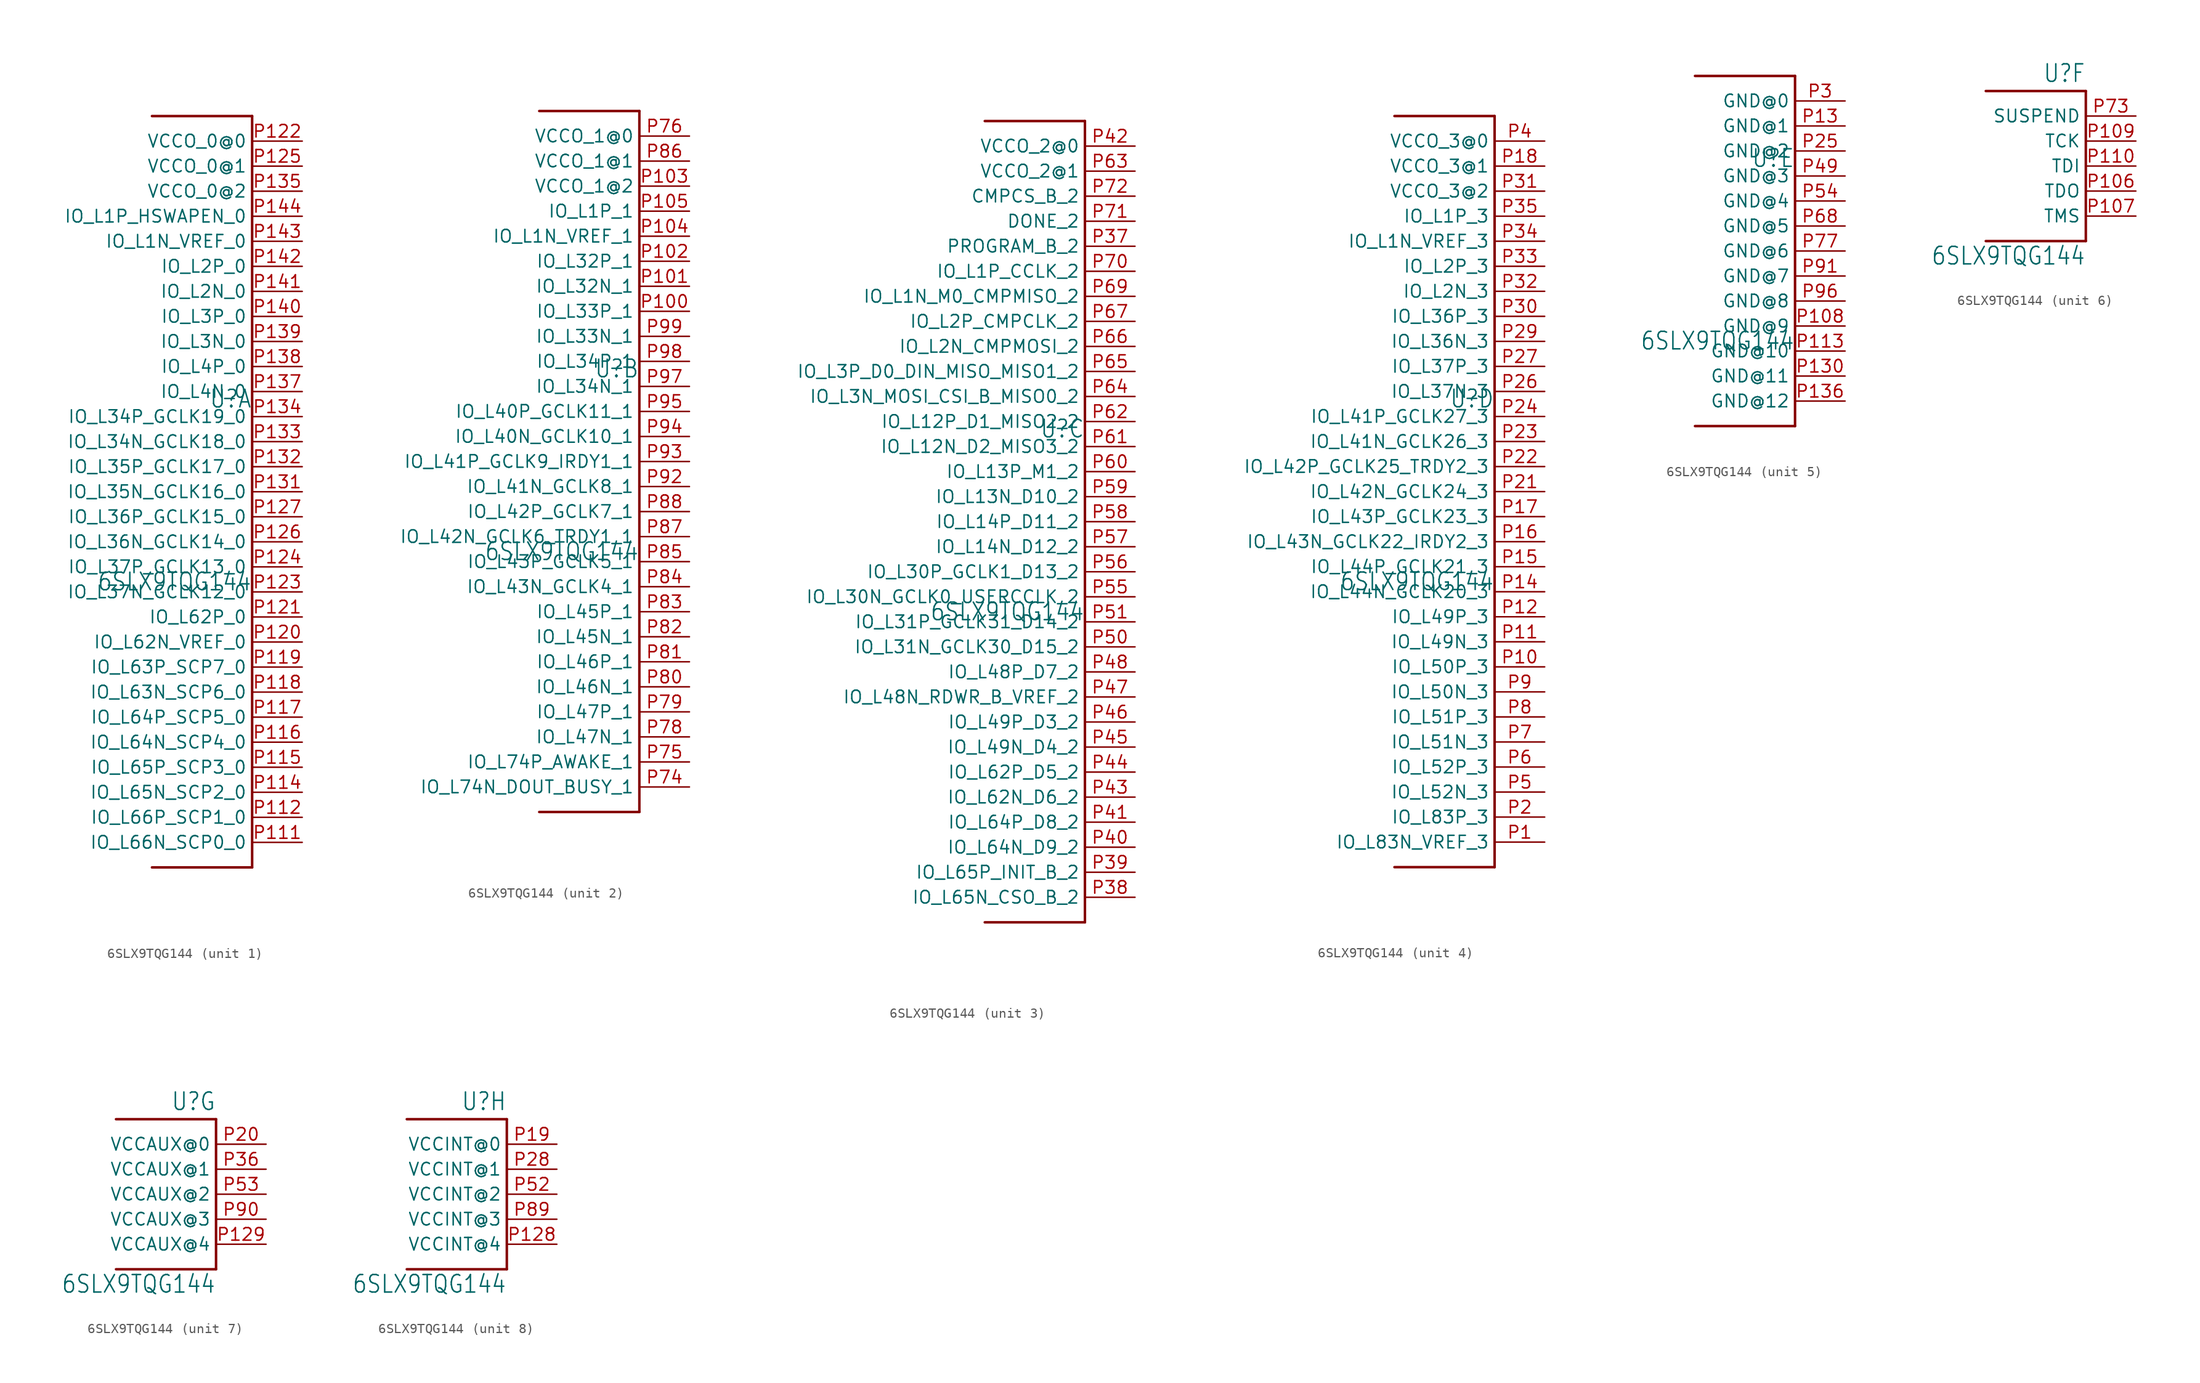
<source format=kicad_sym>
(kicad_symbol_lib
  (version 20211014)
  (generator kicad_symbol_editor)
  (symbol "6SLX9TQG144"
    (property "Reference" "U"
      (at 0 8.382 0)
      (effects (font (size 1.778 1.511)) (justify right bottom)))
    (property "Value" "6SLX9TQG144"
      (at 0 -10.16 0)
      (effects (font (size 1.778 1.511)) (justify right bottom)))
    (property "ki_locked" ""
      (at 0 0 0)
      (effects (font (size 1.27 1.27))))
    (symbol "6SLX9TQG144_1_0"
      (polyline (pts (xy -10.16 38.1) (xy 0 38.1)) (stroke (width 0.254) (type default) (color 0 0 0 0)) (fill (type none)))
      (polyline (pts (xy 0 -38.1) (xy -10.16 -38.1)) (stroke (width 0.254) (type default) (color 0 0 0 0)) (fill (type none)))
      (polyline (pts (xy 0 38.1) (xy 0 -38.1)) (stroke (width 0.254) (type default) (color 0 0 0 0)) (fill (type none)))
      (pin bidirectional line (at 5.08 -35.56 180) (length 5.08) (name "IO_L66N_SCP0_0" (effects (font (size 1.27 1.27)))) (number "P111" (effects (font (size 1.27 1.27)))))
      (pin bidirectional line (at 5.08 -33.02 180) (length 5.08) (name "IO_L66P_SCP1_0" (effects (font (size 1.27 1.27)))) (number "P112" (effects (font (size 1.27 1.27)))))
      (pin bidirectional line (at 5.08 -30.48 180) (length 5.08) (name "IO_L65N_SCP2_0" (effects (font (size 1.27 1.27)))) (number "P114" (effects (font (size 1.27 1.27)))))
      (pin bidirectional line (at 5.08 -27.94 180) (length 5.08) (name "IO_L65P_SCP3_0" (effects (font (size 1.27 1.27)))) (number "P115" (effects (font (size 1.27 1.27)))))
      (pin bidirectional line (at 5.08 -25.4 180) (length 5.08) (name "IO_L64N_SCP4_0" (effects (font (size 1.27 1.27)))) (number "P116" (effects (font (size 1.27 1.27)))))
      (pin bidirectional line (at 5.08 -22.86 180) (length 5.08) (name "IO_L64P_SCP5_0" (effects (font (size 1.27 1.27)))) (number "P117" (effects (font (size 1.27 1.27)))))
      (pin bidirectional line (at 5.08 -20.32 180) (length 5.08) (name "IO_L63N_SCP6_0" (effects (font (size 1.27 1.27)))) (number "P118" (effects (font (size 1.27 1.27)))))
      (pin bidirectional line (at 5.08 -17.78 180) (length 5.08) (name "IO_L63P_SCP7_0" (effects (font (size 1.27 1.27)))) (number "P119" (effects (font (size 1.27 1.27)))))
      (pin bidirectional line (at 5.08 -15.24 180) (length 5.08) (name "IO_L62N_VREF_0" (effects (font (size 1.27 1.27)))) (number "P120" (effects (font (size 1.27 1.27)))))
      (pin bidirectional line (at 5.08 -12.7 180) (length 5.08) (name "IO_L62P_0" (effects (font (size 1.27 1.27)))) (number "P121" (effects (font (size 1.27 1.27)))))
      (pin input line (at 5.08 35.56 180) (length 5.08) (name "VCCO_0@0" (effects (font (size 1.27 1.27)))) (number "P122" (effects (font (size 1.27 1.27)))))
      (pin bidirectional line (at 5.08 -10.16 180) (length 5.08) (name "IO_L37N_GCLK12_0" (effects (font (size 1.27 1.27)))) (number "P123" (effects (font (size 1.27 1.27)))))
      (pin bidirectional line (at 5.08 -7.62 180) (length 5.08) (name "IO_L37P_GCLK13_0" (effects (font (size 1.27 1.27)))) (number "P124" (effects (font (size 1.27 1.27)))))
      (pin input line (at 5.08 33.02 180) (length 5.08) (name "VCCO_0@1" (effects (font (size 1.27 1.27)))) (number "P125" (effects (font (size 1.27 1.27)))))
      (pin bidirectional line (at 5.08 -5.08 180) (length 5.08) (name "IO_L36N_GCLK14_0" (effects (font (size 1.27 1.27)))) (number "P126" (effects (font (size 1.27 1.27)))))
      (pin bidirectional line (at 5.08 -2.54 180) (length 5.08) (name "IO_L36P_GCLK15_0" (effects (font (size 1.27 1.27)))) (number "P127" (effects (font (size 1.27 1.27)))))
      (pin bidirectional line (at 5.08 0 180) (length 5.08) (name "IO_L35N_GCLK16_0" (effects (font (size 1.27 1.27)))) (number "P131" (effects (font (size 1.27 1.27)))))
      (pin bidirectional line (at 5.08 2.54 180) (length 5.08) (name "IO_L35P_GCLK17_0" (effects (font (size 1.27 1.27)))) (number "P132" (effects (font (size 1.27 1.27)))))
      (pin bidirectional line (at 5.08 5.08 180) (length 5.08) (name "IO_L34N_GCLK18_0" (effects (font (size 1.27 1.27)))) (number "P133" (effects (font (size 1.27 1.27)))))
      (pin bidirectional line (at 5.08 7.62 180) (length 5.08) (name "IO_L34P_GCLK19_0" (effects (font (size 1.27 1.27)))) (number "P134" (effects (font (size 1.27 1.27)))))
      (pin input line (at 5.08 30.48 180) (length 5.08) (name "VCCO_0@2" (effects (font (size 1.27 1.27)))) (number "P135" (effects (font (size 1.27 1.27)))))
      (pin bidirectional line (at 5.08 10.16 180) (length 5.08) (name "IO_L4N_0" (effects (font (size 1.27 1.27)))) (number "P137" (effects (font (size 1.27 1.27)))))
      (pin bidirectional line (at 5.08 12.7 180) (length 5.08) (name "IO_L4P_0" (effects (font (size 1.27 1.27)))) (number "P138" (effects (font (size 1.27 1.27)))))
      (pin bidirectional line (at 5.08 15.24 180) (length 5.08) (name "IO_L3N_0" (effects (font (size 1.27 1.27)))) (number "P139" (effects (font (size 1.27 1.27)))))
      (pin bidirectional line (at 5.08 17.78 180) (length 5.08) (name "IO_L3P_0" (effects (font (size 1.27 1.27)))) (number "P140" (effects (font (size 1.27 1.27)))))
      (pin bidirectional line (at 5.08 20.32 180) (length 5.08) (name "IO_L2N_0" (effects (font (size 1.27 1.27)))) (number "P141" (effects (font (size 1.27 1.27)))))
      (pin bidirectional line (at 5.08 22.86 180) (length 5.08) (name "IO_L2P_0" (effects (font (size 1.27 1.27)))) (number "P142" (effects (font (size 1.27 1.27)))))
      (pin bidirectional line (at 5.08 25.4 180) (length 5.08) (name "IO_L1N_VREF_0" (effects (font (size 1.27 1.27)))) (number "P143" (effects (font (size 1.27 1.27)))))
      (pin bidirectional line (at 5.08 27.94 180) (length 5.08) (name "IO_L1P_HSWAPEN_0" (effects (font (size 1.27 1.27)))) (number "P144" (effects (font (size 1.27 1.27))))))
    (symbol "6SLX9TQG144_2_0"
      (polyline (pts (xy -10.16 35.56) (xy 0 35.56)) (stroke (width 0.254) (type default) (color 0 0 0 0)) (fill (type none)))
      (polyline (pts (xy 0 -35.56) (xy -10.16 -35.56)) (stroke (width 0.254) (type default) (color 0 0 0 0)) (fill (type none)))
      (polyline (pts (xy 0 35.56) (xy 0 -35.56)) (stroke (width 0.254) (type default) (color 0 0 0 0)) (fill (type none)))
      (pin bidirectional line (at 5.08 15.24 180) (length 5.08) (name "IO_L33P_1" (effects (font (size 1.27 1.27)))) (number "P100" (effects (font (size 1.27 1.27)))))
      (pin bidirectional line (at 5.08 17.78 180) (length 5.08) (name "IO_L32N_1" (effects (font (size 1.27 1.27)))) (number "P101" (effects (font (size 1.27 1.27)))))
      (pin bidirectional line (at 5.08 20.32 180) (length 5.08) (name "IO_L32P_1" (effects (font (size 1.27 1.27)))) (number "P102" (effects (font (size 1.27 1.27)))))
      (pin input line (at 5.08 27.94 180) (length 5.08) (name "VCCO_1@2" (effects (font (size 1.27 1.27)))) (number "P103" (effects (font (size 1.27 1.27)))))
      (pin bidirectional line (at 5.08 22.86 180) (length 5.08) (name "IO_L1N_VREF_1" (effects (font (size 1.27 1.27)))) (number "P104" (effects (font (size 1.27 1.27)))))
      (pin bidirectional line (at 5.08 25.4 180) (length 5.08) (name "IO_L1P_1" (effects (font (size 1.27 1.27)))) (number "P105" (effects (font (size 1.27 1.27)))))
      (pin bidirectional line (at 5.08 -33.02 180) (length 5.08) (name "IO_L74N_DOUT_BUSY_1" (effects (font (size 1.27 1.27)))) (number "P74" (effects (font (size 1.27 1.27)))))
      (pin bidirectional line (at 5.08 -30.48 180) (length 5.08) (name "IO_L74P_AWAKE_1" (effects (font (size 1.27 1.27)))) (number "P75" (effects (font (size 1.27 1.27)))))
      (pin input line (at 5.08 33.02 180) (length 5.08) (name "VCCO_1@0" (effects (font (size 1.27 1.27)))) (number "P76" (effects (font (size 1.27 1.27)))))
      (pin bidirectional line (at 5.08 -27.94 180) (length 5.08) (name "IO_L47N_1" (effects (font (size 1.27 1.27)))) (number "P78" (effects (font (size 1.27 1.27)))))
      (pin bidirectional line (at 5.08 -25.4 180) (length 5.08) (name "IO_L47P_1" (effects (font (size 1.27 1.27)))) (number "P79" (effects (font (size 1.27 1.27)))))
      (pin bidirectional line (at 5.08 -22.86 180) (length 5.08) (name "IO_L46N_1" (effects (font (size 1.27 1.27)))) (number "P80" (effects (font (size 1.27 1.27)))))
      (pin bidirectional line (at 5.08 -20.32 180) (length 5.08) (name "IO_L46P_1" (effects (font (size 1.27 1.27)))) (number "P81" (effects (font (size 1.27 1.27)))))
      (pin bidirectional line (at 5.08 -17.78 180) (length 5.08) (name "IO_L45N_1" (effects (font (size 1.27 1.27)))) (number "P82" (effects (font (size 1.27 1.27)))))
      (pin bidirectional line (at 5.08 -15.24 180) (length 5.08) (name "IO_L45P_1" (effects (font (size 1.27 1.27)))) (number "P83" (effects (font (size 1.27 1.27)))))
      (pin bidirectional line (at 5.08 -12.7 180) (length 5.08) (name "IO_L43N_GCLK4_1" (effects (font (size 1.27 1.27)))) (number "P84" (effects (font (size 1.27 1.27)))))
      (pin bidirectional line (at 5.08 -10.16 180) (length 5.08) (name "IO_L43P_GCLK5_1" (effects (font (size 1.27 1.27)))) (number "P85" (effects (font (size 1.27 1.27)))))
      (pin input line (at 5.08 30.48 180) (length 5.08) (name "VCCO_1@1" (effects (font (size 1.27 1.27)))) (number "P86" (effects (font (size 1.27 1.27)))))
      (pin bidirectional line (at 5.08 -7.62 180) (length 5.08) (name "IO_L42N_GCLK6_TRDY1_1" (effects (font (size 1.27 1.27)))) (number "P87" (effects (font (size 1.27 1.27)))))
      (pin bidirectional line (at 5.08 -5.08 180) (length 5.08) (name "IO_L42P_GCLK7_1" (effects (font (size 1.27 1.27)))) (number "P88" (effects (font (size 1.27 1.27)))))
      (pin bidirectional line (at 5.08 -2.54 180) (length 5.08) (name "IO_L41N_GCLK8_1" (effects (font (size 1.27 1.27)))) (number "P92" (effects (font (size 1.27 1.27)))))
      (pin bidirectional line (at 5.08 0 180) (length 5.08) (name "IO_L41P_GCLK9_IRDY1_1" (effects (font (size 1.27 1.27)))) (number "P93" (effects (font (size 1.27 1.27)))))
      (pin bidirectional line (at 5.08 2.54 180) (length 5.08) (name "IO_L40N_GCLK10_1" (effects (font (size 1.27 1.27)))) (number "P94" (effects (font (size 1.27 1.27)))))
      (pin bidirectional line (at 5.08 5.08 180) (length 5.08) (name "IO_L40P_GCLK11_1" (effects (font (size 1.27 1.27)))) (number "P95" (effects (font (size 1.27 1.27)))))
      (pin bidirectional line (at 5.08 7.62 180) (length 5.08) (name "IO_L34N_1" (effects (font (size 1.27 1.27)))) (number "P97" (effects (font (size 1.27 1.27)))))
      (pin bidirectional line (at 5.08 10.16 180) (length 5.08) (name "IO_L34P_1" (effects (font (size 1.27 1.27)))) (number "P98" (effects (font (size 1.27 1.27)))))
      (pin bidirectional line (at 5.08 12.7 180) (length 5.08) (name "IO_L33N_1" (effects (font (size 1.27 1.27)))) (number "P99" (effects (font (size 1.27 1.27))))))
    (symbol "6SLX9TQG144_3_0"
      (polyline (pts (xy -10.16 40.64) (xy 0 40.64)) (stroke (width 0.254) (type default) (color 0 0 0 0)) (fill (type none)))
      (polyline (pts (xy 0 -40.64) (xy -10.16 -40.64)) (stroke (width 0.254) (type default) (color 0 0 0 0)) (fill (type none)))
      (polyline (pts (xy 0 40.64) (xy 0 -40.64)) (stroke (width 0.254) (type default) (color 0 0 0 0)) (fill (type none)))
      (pin input line (at 5.08 27.94 180) (length 5.08) (name "PROGRAM_B_2" (effects (font (size 1.27 1.27)))) (number "P37" (effects (font (size 1.27 1.27)))))
      (pin bidirectional line (at 5.08 -38.1 180) (length 5.08) (name "IO_L65N_CSO_B_2" (effects (font (size 1.27 1.27)))) (number "P38" (effects (font (size 1.27 1.27)))))
      (pin bidirectional line (at 5.08 -35.56 180) (length 5.08) (name "IO_L65P_INIT_B_2" (effects (font (size 1.27 1.27)))) (number "P39" (effects (font (size 1.27 1.27)))))
      (pin bidirectional line (at 5.08 -33.02 180) (length 5.08) (name "IO_L64N_D9_2" (effects (font (size 1.27 1.27)))) (number "P40" (effects (font (size 1.27 1.27)))))
      (pin bidirectional line (at 5.08 -30.48 180) (length 5.08) (name "IO_L64P_D8_2" (effects (font (size 1.27 1.27)))) (number "P41" (effects (font (size 1.27 1.27)))))
      (pin input line (at 5.08 38.1 180) (length 5.08) (name "VCCO_2@0" (effects (font (size 1.27 1.27)))) (number "P42" (effects (font (size 1.27 1.27)))))
      (pin bidirectional line (at 5.08 -27.94 180) (length 5.08) (name "IO_L62N_D6_2" (effects (font (size 1.27 1.27)))) (number "P43" (effects (font (size 1.27 1.27)))))
      (pin bidirectional line (at 5.08 -25.4 180) (length 5.08) (name "IO_L62P_D5_2" (effects (font (size 1.27 1.27)))) (number "P44" (effects (font (size 1.27 1.27)))))
      (pin bidirectional line (at 5.08 -22.86 180) (length 5.08) (name "IO_L49N_D4_2" (effects (font (size 1.27 1.27)))) (number "P45" (effects (font (size 1.27 1.27)))))
      (pin bidirectional line (at 5.08 -20.32 180) (length 5.08) (name "IO_L49P_D3_2" (effects (font (size 1.27 1.27)))) (number "P46" (effects (font (size 1.27 1.27)))))
      (pin bidirectional line (at 5.08 -17.78 180) (length 5.08) (name "IO_L48N_RDWR_B_VREF_2" (effects (font (size 1.27 1.27)))) (number "P47" (effects (font (size 1.27 1.27)))))
      (pin bidirectional line (at 5.08 -15.24 180) (length 5.08) (name "IO_L48P_D7_2" (effects (font (size 1.27 1.27)))) (number "P48" (effects (font (size 1.27 1.27)))))
      (pin bidirectional line (at 5.08 -12.7 180) (length 5.08) (name "IO_L31N_GCLK30_D15_2" (effects (font (size 1.27 1.27)))) (number "P50" (effects (font (size 1.27 1.27)))))
      (pin bidirectional line (at 5.08 -10.16 180) (length 5.08) (name "IO_L31P_GCLK31_D14_2" (effects (font (size 1.27 1.27)))) (number "P51" (effects (font (size 1.27 1.27)))))
      (pin bidirectional line (at 5.08 -7.62 180) (length 5.08) (name "IO_L30N_GCLK0_USERCCLK_2" (effects (font (size 1.27 1.27)))) (number "P55" (effects (font (size 1.27 1.27)))))
      (pin bidirectional line (at 5.08 -5.08 180) (length 5.08) (name "IO_L30P_GCLK1_D13_2" (effects (font (size 1.27 1.27)))) (number "P56" (effects (font (size 1.27 1.27)))))
      (pin bidirectional line (at 5.08 -2.54 180) (length 5.08) (name "IO_L14N_D12_2" (effects (font (size 1.27 1.27)))) (number "P57" (effects (font (size 1.27 1.27)))))
      (pin bidirectional line (at 5.08 0 180) (length 5.08) (name "IO_L14P_D11_2" (effects (font (size 1.27 1.27)))) (number "P58" (effects (font (size 1.27 1.27)))))
      (pin bidirectional line (at 5.08 2.54 180) (length 5.08) (name "IO_L13N_D10_2" (effects (font (size 1.27 1.27)))) (number "P59" (effects (font (size 1.27 1.27)))))
      (pin bidirectional line (at 5.08 5.08 180) (length 5.08) (name "IO_L13P_M1_2" (effects (font (size 1.27 1.27)))) (number "P60" (effects (font (size 1.27 1.27)))))
      (pin bidirectional line (at 5.08 7.62 180) (length 5.08) (name "IO_L12N_D2_MISO3_2" (effects (font (size 1.27 1.27)))) (number "P61" (effects (font (size 1.27 1.27)))))
      (pin bidirectional line (at 5.08 10.16 180) (length 5.08) (name "IO_L12P_D1_MISO2_2" (effects (font (size 1.27 1.27)))) (number "P62" (effects (font (size 1.27 1.27)))))
      (pin input line (at 5.08 35.56 180) (length 5.08) (name "VCCO_2@1" (effects (font (size 1.27 1.27)))) (number "P63" (effects (font (size 1.27 1.27)))))
      (pin bidirectional line (at 5.08 12.7 180) (length 5.08) (name "IO_L3N_MOSI_CSI_B_MISO0_2" (effects (font (size 1.27 1.27)))) (number "P64" (effects (font (size 1.27 1.27)))))
      (pin bidirectional line (at 5.08 15.24 180) (length 5.08) (name "IO_L3P_D0_DIN_MISO_MISO1_2" (effects (font (size 1.27 1.27)))) (number "P65" (effects (font (size 1.27 1.27)))))
      (pin bidirectional line (at 5.08 17.78 180) (length 5.08) (name "IO_L2N_CMPMOSI_2" (effects (font (size 1.27 1.27)))) (number "P66" (effects (font (size 1.27 1.27)))))
      (pin bidirectional line (at 5.08 20.32 180) (length 5.08) (name "IO_L2P_CMPCLK_2" (effects (font (size 1.27 1.27)))) (number "P67" (effects (font (size 1.27 1.27)))))
      (pin bidirectional line (at 5.08 22.86 180) (length 5.08) (name "IO_L1N_M0_CMPMISO_2" (effects (font (size 1.27 1.27)))) (number "P69" (effects (font (size 1.27 1.27)))))
      (pin bidirectional line (at 5.08 25.4 180) (length 5.08) (name "IO_L1P_CCLK_2" (effects (font (size 1.27 1.27)))) (number "P70" (effects (font (size 1.27 1.27)))))
      (pin bidirectional line (at 5.08 30.48 180) (length 5.08) (name "DONE_2" (effects (font (size 1.27 1.27)))) (number "P71" (effects (font (size 1.27 1.27)))))
      (pin bidirectional line (at 5.08 33.02 180) (length 5.08) (name "CMPCS_B_2" (effects (font (size 1.27 1.27)))) (number "P72" (effects (font (size 1.27 1.27))))))
    (symbol "6SLX9TQG144_4_0"
      (polyline (pts (xy -10.16 38.1) (xy 0 38.1)) (stroke (width 0.254) (type default) (color 0 0 0 0)) (fill (type none)))
      (polyline (pts (xy 0 -38.1) (xy -10.16 -38.1)) (stroke (width 0.254) (type default) (color 0 0 0 0)) (fill (type none)))
      (polyline (pts (xy 0 38.1) (xy 0 -38.1)) (stroke (width 0.254) (type default) (color 0 0 0 0)) (fill (type none)))
      (pin bidirectional line (at 5.08 -35.56 180) (length 5.08) (name "IO_L83N_VREF_3" (effects (font (size 1.27 1.27)))) (number "P1" (effects (font (size 1.27 1.27)))))
      (pin bidirectional line (at 5.08 -17.78 180) (length 5.08) (name "IO_L50P_3" (effects (font (size 1.27 1.27)))) (number "P10" (effects (font (size 1.27 1.27)))))
      (pin bidirectional line (at 5.08 -15.24 180) (length 5.08) (name "IO_L49N_3" (effects (font (size 1.27 1.27)))) (number "P11" (effects (font (size 1.27 1.27)))))
      (pin bidirectional line (at 5.08 -12.7 180) (length 5.08) (name "IO_L49P_3" (effects (font (size 1.27 1.27)))) (number "P12" (effects (font (size 1.27 1.27)))))
      (pin bidirectional line (at 5.08 -10.16 180) (length 5.08) (name "IO_L44N_GCLK20_3" (effects (font (size 1.27 1.27)))) (number "P14" (effects (font (size 1.27 1.27)))))
      (pin bidirectional line (at 5.08 -7.62 180) (length 5.08) (name "IO_L44P_GCLK21_3" (effects (font (size 1.27 1.27)))) (number "P15" (effects (font (size 1.27 1.27)))))
      (pin bidirectional line (at 5.08 -5.08 180) (length 5.08) (name "IO_L43N_GCLK22_IRDY2_3" (effects (font (size 1.27 1.27)))) (number "P16" (effects (font (size 1.27 1.27)))))
      (pin bidirectional line (at 5.08 -2.54 180) (length 5.08) (name "IO_L43P_GCLK23_3" (effects (font (size 1.27 1.27)))) (number "P17" (effects (font (size 1.27 1.27)))))
      (pin input line (at 5.08 33.02 180) (length 5.08) (name "VCCO_3@1" (effects (font (size 1.27 1.27)))) (number "P18" (effects (font (size 1.27 1.27)))))
      (pin bidirectional line (at 5.08 -33.02 180) (length 5.08) (name "IO_L83P_3" (effects (font (size 1.27 1.27)))) (number "P2" (effects (font (size 1.27 1.27)))))
      (pin bidirectional line (at 5.08 0 180) (length 5.08) (name "IO_L42N_GCLK24_3" (effects (font (size 1.27 1.27)))) (number "P21" (effects (font (size 1.27 1.27)))))
      (pin bidirectional line (at 5.08 2.54 180) (length 5.08) (name "IO_L42P_GCLK25_TRDY2_3" (effects (font (size 1.27 1.27)))) (number "P22" (effects (font (size 1.27 1.27)))))
      (pin bidirectional line (at 5.08 5.08 180) (length 5.08) (name "IO_L41N_GCLK26_3" (effects (font (size 1.27 1.27)))) (number "P23" (effects (font (size 1.27 1.27)))))
      (pin bidirectional line (at 5.08 7.62 180) (length 5.08) (name "IO_L41P_GCLK27_3" (effects (font (size 1.27 1.27)))) (number "P24" (effects (font (size 1.27 1.27)))))
      (pin bidirectional line (at 5.08 10.16 180) (length 5.08) (name "IO_L37N_3" (effects (font (size 1.27 1.27)))) (number "P26" (effects (font (size 1.27 1.27)))))
      (pin bidirectional line (at 5.08 12.7 180) (length 5.08) (name "IO_L37P_3" (effects (font (size 1.27 1.27)))) (number "P27" (effects (font (size 1.27 1.27)))))
      (pin bidirectional line (at 5.08 15.24 180) (length 5.08) (name "IO_L36N_3" (effects (font (size 1.27 1.27)))) (number "P29" (effects (font (size 1.27 1.27)))))
      (pin bidirectional line (at 5.08 17.78 180) (length 5.08) (name "IO_L36P_3" (effects (font (size 1.27 1.27)))) (number "P30" (effects (font (size 1.27 1.27)))))
      (pin input line (at 5.08 30.48 180) (length 5.08) (name "VCCO_3@2" (effects (font (size 1.27 1.27)))) (number "P31" (effects (font (size 1.27 1.27)))))
      (pin bidirectional line (at 5.08 20.32 180) (length 5.08) (name "IO_L2N_3" (effects (font (size 1.27 1.27)))) (number "P32" (effects (font (size 1.27 1.27)))))
      (pin bidirectional line (at 5.08 22.86 180) (length 5.08) (name "IO_L2P_3" (effects (font (size 1.27 1.27)))) (number "P33" (effects (font (size 1.27 1.27)))))
      (pin bidirectional line (at 5.08 25.4 180) (length 5.08) (name "IO_L1N_VREF_3" (effects (font (size 1.27 1.27)))) (number "P34" (effects (font (size 1.27 1.27)))))
      (pin bidirectional line (at 5.08 27.94 180) (length 5.08) (name "IO_L1P_3" (effects (font (size 1.27 1.27)))) (number "P35" (effects (font (size 1.27 1.27)))))
      (pin input line (at 5.08 35.56 180) (length 5.08) (name "VCCO_3@0" (effects (font (size 1.27 1.27)))) (number "P4" (effects (font (size 1.27 1.27)))))
      (pin bidirectional line (at 5.08 -30.48 180) (length 5.08) (name "IO_L52N_3" (effects (font (size 1.27 1.27)))) (number "P5" (effects (font (size 1.27 1.27)))))
      (pin bidirectional line (at 5.08 -27.94 180) (length 5.08) (name "IO_L52P_3" (effects (font (size 1.27 1.27)))) (number "P6" (effects (font (size 1.27 1.27)))))
      (pin bidirectional line (at 5.08 -25.4 180) (length 5.08) (name "IO_L51N_3" (effects (font (size 1.27 1.27)))) (number "P7" (effects (font (size 1.27 1.27)))))
      (pin bidirectional line (at 5.08 -22.86 180) (length 5.08) (name "IO_L51P_3" (effects (font (size 1.27 1.27)))) (number "P8" (effects (font (size 1.27 1.27)))))
      (pin bidirectional line (at 5.08 -20.32 180) (length 5.08) (name "IO_L50N_3" (effects (font (size 1.27 1.27)))) (number "P9" (effects (font (size 1.27 1.27))))))
    (symbol "6SLX9TQG144_5_0"
      (polyline (pts (xy -10.16 17.78) (xy 0 17.78)) (stroke (width 0.254) (type default) (color 0 0 0 0)) (fill (type none)))
      (polyline (pts (xy 0 -17.78) (xy -10.16 -17.78)) (stroke (width 0.254) (type default) (color 0 0 0 0)) (fill (type none)))
      (polyline (pts (xy 0 17.78) (xy 0 -17.78)) (stroke (width 0.254) (type default) (color 0 0 0 0)) (fill (type none)))
      (pin power_in line (at 5.08 -7.62 180) (length 5.08) (name "GND@9" (effects (font (size 1.27 1.27)))) (number "P108" (effects (font (size 1.27 1.27)))))
      (pin power_in line (at 5.08 -10.16 180) (length 5.08) (name "GND@10" (effects (font (size 1.27 1.27)))) (number "P113" (effects (font (size 1.27 1.27)))))
      (pin power_in line (at 5.08 12.7 180) (length 5.08) (name "GND@1" (effects (font (size 1.27 1.27)))) (number "P13" (effects (font (size 1.27 1.27)))))
      (pin power_in line (at 5.08 -12.7 180) (length 5.08) (name "GND@11" (effects (font (size 1.27 1.27)))) (number "P130" (effects (font (size 1.27 1.27)))))
      (pin power_in line (at 5.08 -15.24 180) (length 5.08) (name "GND@12" (effects (font (size 1.27 1.27)))) (number "P136" (effects (font (size 1.27 1.27)))))
      (pin power_in line (at 5.08 10.16 180) (length 5.08) (name "GND@2" (effects (font (size 1.27 1.27)))) (number "P25" (effects (font (size 1.27 1.27)))))
      (pin power_in line (at 5.08 15.24 180) (length 5.08) (name "GND@0" (effects (font (size 1.27 1.27)))) (number "P3" (effects (font (size 1.27 1.27)))))
      (pin power_in line (at 5.08 7.62 180) (length 5.08) (name "GND@3" (effects (font (size 1.27 1.27)))) (number "P49" (effects (font (size 1.27 1.27)))))
      (pin power_in line (at 5.08 5.08 180) (length 5.08) (name "GND@4" (effects (font (size 1.27 1.27)))) (number "P54" (effects (font (size 1.27 1.27)))))
      (pin power_in line (at 5.08 2.54 180) (length 5.08) (name "GND@5" (effects (font (size 1.27 1.27)))) (number "P68" (effects (font (size 1.27 1.27)))))
      (pin power_in line (at 5.08 0 180) (length 5.08) (name "GND@6" (effects (font (size 1.27 1.27)))) (number "P77" (effects (font (size 1.27 1.27)))))
      (pin power_in line (at 5.08 -2.54 180) (length 5.08) (name "GND@7" (effects (font (size 1.27 1.27)))) (number "P91" (effects (font (size 1.27 1.27)))))
      (pin power_in line (at 5.08 -5.08 180) (length 5.08) (name "GND@8" (effects (font (size 1.27 1.27)))) (number "P96" (effects (font (size 1.27 1.27))))))
    (symbol "6SLX9TQG144_6_0"
      (polyline (pts (xy -10.16 7.62) (xy 0 7.62)) (stroke (width 0.254) (type default) (color 0 0 0 0)) (fill (type none)))
      (polyline (pts (xy 0 -7.62) (xy -10.16 -7.62)) (stroke (width 0.254) (type default) (color 0 0 0 0)) (fill (type none)))
      (polyline (pts (xy 0 7.62) (xy 0 -7.62)) (stroke (width 0.254) (type default) (color 0 0 0 0)) (fill (type none)))
      (pin output line (at 5.08 -2.54 180) (length 5.08) (name "TDO" (effects (font (size 1.27 1.27)))) (number "P106" (effects (font (size 1.27 1.27)))))
      (pin input line (at 5.08 -5.08 180) (length 5.08) (name "TMS" (effects (font (size 1.27 1.27)))) (number "P107" (effects (font (size 1.27 1.27)))))
      (pin input line (at 5.08 2.54 180) (length 5.08) (name "TCK" (effects (font (size 1.27 1.27)))) (number "P109" (effects (font (size 1.27 1.27)))))
      (pin input line (at 5.08 0 180) (length 5.08) (name "TDI" (effects (font (size 1.27 1.27)))) (number "P110" (effects (font (size 1.27 1.27)))))
      (pin input line (at 5.08 5.08 180) (length 5.08) (name "SUSPEND" (effects (font (size 1.27 1.27)))) (number "P73" (effects (font (size 1.27 1.27))))))
    (symbol "6SLX9TQG144_7_0"
      (polyline (pts (xy -10.16 7.62) (xy 0 7.62)) (stroke (width 0.254) (type default) (color 0 0 0 0)) (fill (type none)))
      (polyline (pts (xy 0 -7.62) (xy -10.16 -7.62)) (stroke (width 0.254) (type default) (color 0 0 0 0)) (fill (type none)))
      (polyline (pts (xy 0 7.62) (xy 0 -7.62)) (stroke (width 0.254) (type default) (color 0 0 0 0)) (fill (type none)))
      (pin input line (at 5.08 -5.08 180) (length 5.08) (name "VCCAUX@4" (effects (font (size 1.27 1.27)))) (number "P129" (effects (font (size 1.27 1.27)))))
      (pin input line (at 5.08 5.08 180) (length 5.08) (name "VCCAUX@0" (effects (font (size 1.27 1.27)))) (number "P20" (effects (font (size 1.27 1.27)))))
      (pin input line (at 5.08 2.54 180) (length 5.08) (name "VCCAUX@1" (effects (font (size 1.27 1.27)))) (number "P36" (effects (font (size 1.27 1.27)))))
      (pin input line (at 5.08 0 180) (length 5.08) (name "VCCAUX@2" (effects (font (size 1.27 1.27)))) (number "P53" (effects (font (size 1.27 1.27)))))
      (pin input line (at 5.08 -2.54 180) (length 5.08) (name "VCCAUX@3" (effects (font (size 1.27 1.27)))) (number "P90" (effects (font (size 1.27 1.27))))))
    (symbol "6SLX9TQG144_8_0"
      (polyline (pts (xy -10.16 7.62) (xy 0 7.62)) (stroke (width 0.254) (type default) (color 0 0 0 0)) (fill (type none)))
      (polyline (pts (xy 0 -7.62) (xy -10.16 -7.62)) (stroke (width 0.254) (type default) (color 0 0 0 0)) (fill (type none)))
      (polyline (pts (xy 0 7.62) (xy 0 -7.62)) (stroke (width 0.254) (type default) (color 0 0 0 0)) (fill (type none)))
      (pin input line (at 5.08 -5.08 180) (length 5.08) (name "VCCINT@4" (effects (font (size 1.27 1.27)))) (number "P128" (effects (font (size 1.27 1.27)))))
      (pin input line (at 5.08 5.08 180) (length 5.08) (name "VCCINT@0" (effects (font (size 1.27 1.27)))) (number "P19" (effects (font (size 1.27 1.27)))))
      (pin input line (at 5.08 2.54 180) (length 5.08) (name "VCCINT@1" (effects (font (size 1.27 1.27)))) (number "P28" (effects (font (size 1.27 1.27)))))
      (pin input line (at 5.08 0 180) (length 5.08) (name "VCCINT@2" (effects (font (size 1.27 1.27)))) (number "P52" (effects (font (size 1.27 1.27)))))
      (pin input line (at 5.08 -2.54 180) (length 5.08) (name "VCCINT@3" (effects (font (size 1.27 1.27)))) (number "P89" (effects (font (size 1.27 1.27))))))))
</source>
